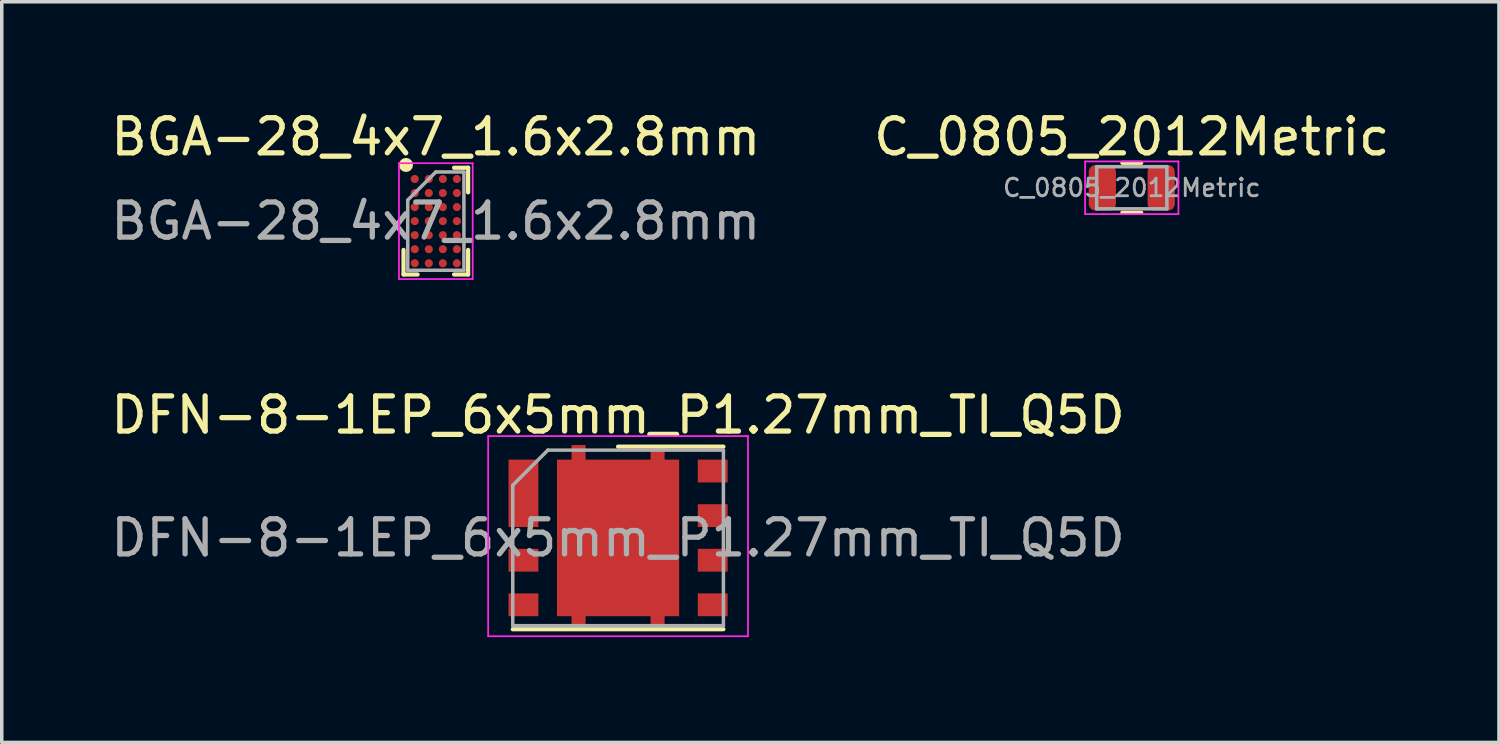
<source format=kicad_pcb>
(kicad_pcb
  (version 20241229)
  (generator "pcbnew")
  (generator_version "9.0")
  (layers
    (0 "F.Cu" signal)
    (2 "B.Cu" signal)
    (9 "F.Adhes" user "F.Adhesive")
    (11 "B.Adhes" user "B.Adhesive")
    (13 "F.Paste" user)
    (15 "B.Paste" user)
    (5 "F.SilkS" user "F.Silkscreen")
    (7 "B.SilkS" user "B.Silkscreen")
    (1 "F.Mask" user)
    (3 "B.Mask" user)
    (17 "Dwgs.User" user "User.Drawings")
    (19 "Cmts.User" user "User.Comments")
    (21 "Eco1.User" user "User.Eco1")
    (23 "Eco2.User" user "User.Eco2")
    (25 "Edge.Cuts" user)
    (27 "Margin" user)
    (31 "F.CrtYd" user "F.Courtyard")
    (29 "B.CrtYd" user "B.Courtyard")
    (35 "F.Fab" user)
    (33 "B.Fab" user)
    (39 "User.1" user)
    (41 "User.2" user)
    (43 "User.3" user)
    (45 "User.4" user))
  (footprint "DFN-8-1EP_6x5mm_P1.27mm_TI_Q5D"
    (layer "F.Cu")
    (at 14.554 12.271)
    (property "Reference" "DFN-8-1EP_6x5mm_P1.27mm_TI_Q5D" (at 0 -3.5 0) (layer "F.SilkS") (effects (font (size 1 1) (thickness 0.15))))
    (attr smd)
    (fp_line (start -3 2.6) (end 3 2.6) (stroke (width 0.12) (type solid)) (layer "F.SilkS"))
    (fp_line (start 0 -2.6) (end 3 -2.6) (stroke (width 0.12) (type solid)) (layer "F.SilkS"))
    (fp_line (start -3.7 -2.9) (end 3.7 -2.9) (stroke (width 0.05) (type solid)) (layer "F.CrtYd"))
    (fp_line (start -3.7 2.8) (end -3.7 -2.9) (stroke (width 0.05) (type solid)) (layer "F.CrtYd"))
    (fp_line (start 3.7 -2.9) (end 3.7 2.8) (stroke (width 0.05) (type solid)) (layer "F.CrtYd"))
    (fp_line (start 3.7 2.8) (end -3.7 2.8) (stroke (width 0.05) (type solid)) (layer "F.CrtYd"))
    (fp_line (start -3 2.5) (end -3 -1.5) (stroke (width 0.1) (type solid)) (layer "F.Fab"))
    (fp_line (start -2 -2.5) (end -3 -1.5) (stroke (width 0.1) (type solid)) (layer "F.Fab"))
    (fp_line (start -2 -2.5) (end 3 -2.5) (stroke (width 0.1) (type solid)) (layer "F.Fab"))
    (fp_line (start 3 -2.5) (end 3 2.5) (stroke (width 0.1) (type solid)) (layer "F.Fab"))
    (fp_line (start 3 2.5) (end -3 2.5) (stroke (width 0.1) (type solid)) (layer "F.Fab"))
    (fp_text user "${REFERENCE}" (at 0 0 0) (layer "F.Fab") (effects (font (size 1 1) (thickness 0.15))))
    (pad "" smd rect (at -0.795 -1.005) (size 1.29 1.71) (layers "F.Paste"))
    (pad "" smd rect (at -0.795 1.005) (size 1.29 1.71) (layers "F.Paste"))
    (pad "" smd rect (at 0.795 -1.005) (size 1.29 1.71) (layers "F.Paste"))
    (pad "" smd rect (at 0.795 1.005) (size 1.29 1.71) (layers "F.Paste"))
    (pad "1" smd rect (at -2.695 -1.27) (size 0.85 1.92) (layers "F.Cu" "F.Mask" "F.Paste"))
    (pad "3" smd rect (at -2.695 0.635 270) (size 0.65 0.85) (layers "F.Cu" "F.Mask" "F.Paste"))
    (pad "4" smd rect (at -2.695 1.905 270) (size 0.65 0.85) (layers "F.Cu" "F.Mask" "F.Paste"))
    (pad "5" smd rect (at 2.695 1.905 270) (size 0.65 0.85) (layers "F.Cu" "F.Mask" "F.Paste"))
    (pad "6" smd rect (at 2.695 0.635 270) (size 0.65 0.85) (layers "F.Cu" "F.Mask" "F.Paste"))
    (pad "7" smd rect (at 2.695 -0.635 270) (size 0.65 0.85) (layers "F.Cu" "F.Mask" "F.Paste"))
    (pad "8" smd rect (at 2.695 -1.905 270) (size 0.65 0.85) (layers "F.Cu" "F.Mask" "F.Paste"))
    (pad "9" smd rect (at -1.125 -2.402) (size 0.4 0.491) (layers "F.Cu" "F.Mask" "F.Paste"))
    (pad "9" smd rect (at -1.125 2.402) (size 0.4 0.491) (layers "F.Cu" "F.Mask" "F.Paste"))
    (pad "9" smd rect (at 0 0) (size 3.48 4.46) (layers "F.Cu" "F.Mask"))
    (pad "9" smd rect (at 1.125 -2.402) (size 0.4 0.491) (layers "F.Cu" "F.Mask" "F.Paste"))
    (pad "9" smd rect (at 1.125 2.402) (size 0.4 0.491) (layers "F.Cu" "F.Mask" "F.Paste")))
  (footprint "BGA-28_4x7_1.6x2.8mm"
    (layer "F.Cu")
    (at 9.363 3.248)
    (property "Reference" "BGA-28_4x7_1.6x2.8mm" (at 0 -2.4 0) (layer "F.SilkS") (effects (font (size 1 1) (thickness 0.15))))
    (attr smd)
    (fp_line (start -0.92 1.52) (end -0.92 0.82) (stroke (width 0.12) (type default)) (layer "F.SilkS"))
    (fp_line (start -0.52 1.52) (end -0.92 1.52) (stroke (width 0.12) (type default)) (layer "F.SilkS"))
    (fp_line (start 0.52 -1.52) (end 0.92 -1.52) (stroke (width 0.12) (type default)) (layer "F.SilkS"))
    (fp_line (start 0.52 1.52) (end 0.92 1.52) (stroke (width 0.12) (type default)) (layer "F.SilkS"))
    (fp_line (start 0.92 -1.52) (end 0.92 -0.82) (stroke (width 0.12) (type default)) (layer "F.SilkS"))
    (fp_line (start 0.92 1.52) (end 0.92 0.82) (stroke (width 0.12) (type default)) (layer "F.SilkS"))
    (fp_circle (center -0.85 -1.6) (end -0.85 -1.5) (stroke (width 0.2) (type default)) (fill no) (layer "F.SilkS"))
    (fp_rect (start -0.675 -1.275) (end -0.525 -1.125) (stroke (width 0.1) (type solid)) (fill yes) (layer "F.Paste"))
    (fp_rect (start -0.675 -0.875) (end -0.525 -0.725) (stroke (width 0.1) (type solid)) (fill yes) (layer "F.Paste"))
    (fp_rect (start -0.675 -0.475) (end -0.525 -0.325) (stroke (width 0.1) (type solid)) (fill yes) (layer "F.Paste"))
    (fp_rect (start -0.675 -0.075) (end -0.525 0.075) (stroke (width 0.1) (type solid)) (fill yes) (layer "F.Paste"))
    (fp_rect (start -0.675 0.325) (end -0.525 0.475) (stroke (width 0.1) (type solid)) (fill yes) (layer "F.Paste"))
    (fp_rect (start -0.675 0.725) (end -0.525 0.875) (stroke (width 0.1) (type solid)) (fill yes) (layer "F.Paste"))
    (fp_rect (start -0.675 1.125) (end -0.525 1.275) (stroke (width 0.1) (type solid)) (fill yes) (layer "F.Paste"))
    (fp_rect (start -0.275 -1.275) (end -0.125 -1.125) (stroke (width 0.1) (type solid)) (fill yes) (layer "F.Paste"))
    (fp_rect (start -0.275 -0.875) (end -0.125 -0.725) (stroke (width 0.1) (type solid)) (fill yes) (layer "F.Paste"))
    (fp_rect (start -0.275 -0.475) (end -0.125 -0.325) (stroke (width 0.1) (type solid)) (fill yes) (layer "F.Paste"))
    (fp_rect (start -0.275 -0.075) (end -0.125 0.075) (stroke (width 0.1) (type solid)) (fill yes) (layer "F.Paste"))
    (fp_rect (start -0.275 0.325) (end -0.125 0.475) (stroke (width 0.1) (type solid)) (fill yes) (layer "F.Paste"))
    (fp_rect (start -0.275 0.725) (end -0.125 0.875) (stroke (width 0.1) (type solid)) (fill yes) (layer "F.Paste"))
    (fp_rect (start -0.275 1.125) (end -0.125 1.275) (stroke (width 0.1) (type solid)) (fill yes) (layer "F.Paste"))
    (fp_rect (start 0.125 -1.275) (end 0.275 -1.125) (stroke (width 0.1) (type solid)) (fill yes) (layer "F.Paste"))
    (fp_rect (start 0.125 -0.875) (end 0.275 -0.725) (stroke (width 0.1) (type solid)) (fill yes) (layer "F.Paste"))
    (fp_rect (start 0.125 -0.475) (end 0.275 -0.325) (stroke (width 0.1) (type solid)) (fill yes) (layer "F.Paste"))
    (fp_rect (start 0.125 -0.075) (end 0.275 0.075) (stroke (width 0.1) (type solid)) (fill yes) (layer "F.Paste"))
    (fp_rect (start 0.125 0.325) (end 0.275 0.475) (stroke (width 0.1) (type solid)) (fill yes) (layer "F.Paste"))
    (fp_rect (start 0.125 0.725) (end 0.275 0.875) (stroke (width 0.1) (type solid)) (fill yes) (layer "F.Paste"))
    (fp_rect (start 0.125 1.125) (end 0.275 1.275) (stroke (width 0.1) (type solid)) (fill yes) (layer "F.Paste"))
    (fp_rect (start 0.525 -1.275) (end 0.675 -1.125) (stroke (width 0.1) (type solid)) (fill yes) (layer "F.Paste"))
    (fp_rect (start 0.525 -0.875) (end 0.675 -0.725) (stroke (width 0.1) (type solid)) (fill yes) (layer "F.Paste"))
    (fp_rect (start 0.525 -0.475) (end 0.675 -0.325) (stroke (width 0.1) (type solid)) (fill yes) (layer "F.Paste"))
    (fp_rect (start 0.525 -0.075) (end 0.675 0.075) (stroke (width 0.1) (type solid)) (fill yes) (layer "F.Paste"))
    (fp_rect (start 0.525 0.325) (end 0.675 0.475) (stroke (width 0.1) (type solid)) (fill yes) (layer "F.Paste"))
    (fp_rect (start 0.525 0.725) (end 0.675 0.875) (stroke (width 0.1) (type solid)) (fill yes) (layer "F.Paste"))
    (fp_rect (start 0.525 1.125) (end 0.675 1.275) (stroke (width 0.1) (type solid)) (fill yes) (layer "F.Paste"))
    (fp_line (start -1.05 -1.65) (end 1.05 -1.65) (stroke (width 0.05) (type default)) (layer "F.CrtYd"))
    (fp_line (start -1.05 1.65) (end -1.05 -1.65) (stroke (width 0.05) (type default)) (layer "F.CrtYd"))
    (fp_line (start 1.05 -1.65) (end 1.05 1.65) (stroke (width 0.05) (type default)) (layer "F.CrtYd"))
    (fp_line (start 1.05 1.65) (end -1.05 1.65) (stroke (width 0.05) (type default)) (layer "F.CrtYd"))
    (fp_line (start -0.8 -0.6) (end -0.8 1.4) (stroke (width 0.1) (type default)) (layer "F.Fab"))
    (fp_line (start -0.8 1.4) (end 0.8 1.4) (stroke (width 0.1) (type default)) (layer "F.Fab"))
    (fp_line (start 0 -1.4) (end -0.8 -0.6) (stroke (width 0.1) (type default)) (layer "F.Fab"))
    (fp_line (start 0.8 -1.4) (end 0 -1.4) (stroke (width 0.1) (type default)) (layer "F.Fab"))
    (fp_line (start 0.8 1.4) (end 0.8 -1.4) (stroke (width 0.1) (type default)) (layer "F.Fab"))
    (fp_text user "${REFERENCE}" (at 0 0 0) (layer "F.Fab") (effects (font (size 1 1) (thickness 0.15))))
    (pad "A1" smd circle (at -0.6 -1.2) (size 0.23 0.23) (layers "F.Cu" "F.Mask"))
    (pad "A2" smd circle (at -0.2 -1.2) (size 0.23 0.23) (layers "F.Cu" "F.Mask"))
    (pad "A3" smd circle (at 0.2 -1.2) (size 0.23 0.23) (layers "F.Cu" "F.Mask"))
    (pad "A4" smd circle (at 0.6 -1.2) (size 0.23 0.23) (layers "F.Cu" "F.Mask"))
    (pad "B1" smd circle (at -0.6 -0.8) (size 0.23 0.23) (layers "F.Cu" "F.Mask"))
    (pad "B2" smd circle (at -0.2 -0.8) (size 0.23 0.23) (layers "F.Cu" "F.Mask"))
    (pad "B3" smd circle (at 0.2 -0.8) (size 0.23 0.23) (layers "F.Cu" "F.Mask"))
    (pad "B4" smd circle (at 0.6 -0.8) (size 0.23 0.23) (layers "F.Cu" "F.Mask"))
    (pad "C1" smd circle (at -0.6 -0.4) (size 0.23 0.23) (layers "F.Cu" "F.Mask"))
    (pad "C2" smd circle (at -0.2 -0.4) (size 0.23 0.23) (layers "F.Cu" "F.Mask"))
    (pad "C3" smd circle (at 0.2 -0.4) (size 0.23 0.23) (layers "F.Cu" "F.Mask"))
    (pad "C4" smd circle (at 0.6 -0.4) (size 0.23 0.23) (layers "F.Cu" "F.Mask"))
    (pad "D1" smd circle (at -0.6 0) (size 0.23 0.23) (layers "F.Cu" "F.Mask"))
    (pad "D2" smd circle (at -0.2 0) (size 0.23 0.23) (layers "F.Cu" "F.Mask"))
    (pad "D3" smd circle (at 0.2 0) (size 0.23 0.23) (layers "F.Cu" "F.Mask"))
    (pad "D4" smd circle (at 0.6 0) (size 0.23 0.23) (layers "F.Cu" "F.Mask"))
    (pad "E1" smd circle (at -0.6 0.4) (size 0.23 0.23) (layers "F.Cu" "F.Mask"))
    (pad "E2" smd circle (at -0.2 0.4) (size 0.23 0.23) (layers "F.Cu" "F.Mask"))
    (pad "E3" smd circle (at 0.2 0.4) (size 0.23 0.23) (layers "F.Cu" "F.Mask"))
    (pad "E4" smd circle (at 0.6 0.4) (size 0.23 0.23) (layers "F.Cu" "F.Mask"))
    (pad "F1" smd circle (at -0.6 0.8) (size 0.23 0.23) (layers "F.Cu" "F.Mask"))
    (pad "F2" smd circle (at -0.2 0.8) (size 0.23 0.23) (layers "F.Cu" "F.Mask"))
    (pad "F3" smd circle (at 0.2 0.8) (size 0.23 0.23) (layers "F.Cu" "F.Mask"))
    (pad "F4" smd circle (at 0.6 0.8) (size 0.23 0.23) (layers "F.Cu" "F.Mask"))
    (pad "G1" smd circle (at -0.6 1.2) (size 0.23 0.23) (layers "F.Cu" "F.Mask"))
    (pad "G2" smd circle (at -0.2 1.2) (size 0.23 0.23) (layers "F.Cu" "F.Mask"))
    (pad "G3" smd circle (at 0.2 1.2) (size 0.23 0.23) (layers "F.Cu" "F.Mask"))
    (pad "G4" smd circle (at 0.6 1.2) (size 0.23 0.23) (layers "F.Cu" "F.Mask")))
  (footprint "C_0805_2012Metric"
    (layer "F.Cu")
    (at 29.185 2.298)
    (property "Reference" "C_0805_2012Metric" (at 0 -1.45 0) (layer "F.SilkS") (effects (font (size 1 1) (thickness 0.15))))
    (attr smd)
    (fp_line (start -0.268 -0.71) (end 0.268 -0.71) (stroke (width 0.12) (type solid)) (layer "F.SilkS"))
    (fp_line (start -0.268 0.71) (end 0.268 0.71) (stroke (width 0.12) (type solid)) (layer "F.SilkS"))
    (fp_line (start -1.33 -0.75) (end 1.33 -0.75) (stroke (width 0.05) (type solid)) (layer "F.CrtYd"))
    (fp_line (start -1.33 0.75) (end -1.33 -0.75) (stroke (width 0.05) (type solid)) (layer "F.CrtYd"))
    (fp_line (start 1.33 -0.75) (end 1.33 0.75) (stroke (width 0.05) (type solid)) (layer "F.CrtYd"))
    (fp_line (start 1.33 0.75) (end -1.33 0.75) (stroke (width 0.05) (type solid)) (layer "F.CrtYd"))
    (fp_line (start -1 -0.6) (end 1 -0.6) (stroke (width 0.1) (type solid)) (layer "F.Fab"))
    (fp_line (start -1 0.6) (end -1 -0.6) (stroke (width 0.1) (type solid)) (layer "F.Fab"))
    (fp_line (start 1 -0.6) (end 1 0.6) (stroke (width 0.1) (type solid)) (layer "F.Fab"))
    (fp_line (start 1 0.6) (end -1 0.6) (stroke (width 0.1) (type solid)) (layer "F.Fab"))
    (fp_text user "${REFERENCE}" (at 0 0 0) (layer "F.Fab") (effects (font (size 0.5 0.5) (thickness 0.08))))
    (pad "1" smd roundrect (at -0.838 0) (size 0.775 1.3) (layers "F.Cu" "F.Mask" "F.Paste") (roundrect_rratio 0.25))
    (pad "2" smd roundrect (at 0.838 0) (size 0.775 1.3) (layers "F.Cu" "F.Mask" "F.Paste") (roundrect_rratio 0.25)))
  (gr_rect
    (start -3 -3)
    (end 39.643 18.096)
    (stroke (width 0.1) (type default))
    (fill no)
    (layer "Edge.Cuts")))
</source>
